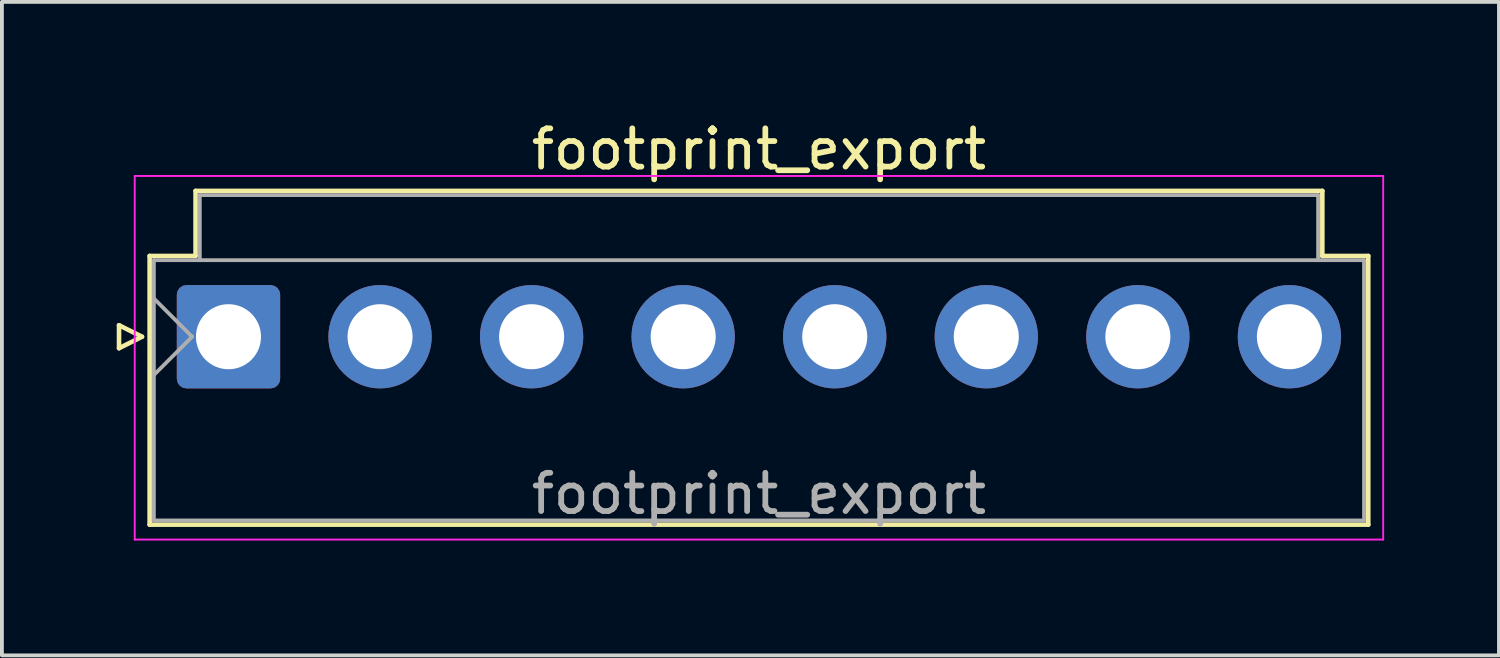
<source format=kicad_pcb>
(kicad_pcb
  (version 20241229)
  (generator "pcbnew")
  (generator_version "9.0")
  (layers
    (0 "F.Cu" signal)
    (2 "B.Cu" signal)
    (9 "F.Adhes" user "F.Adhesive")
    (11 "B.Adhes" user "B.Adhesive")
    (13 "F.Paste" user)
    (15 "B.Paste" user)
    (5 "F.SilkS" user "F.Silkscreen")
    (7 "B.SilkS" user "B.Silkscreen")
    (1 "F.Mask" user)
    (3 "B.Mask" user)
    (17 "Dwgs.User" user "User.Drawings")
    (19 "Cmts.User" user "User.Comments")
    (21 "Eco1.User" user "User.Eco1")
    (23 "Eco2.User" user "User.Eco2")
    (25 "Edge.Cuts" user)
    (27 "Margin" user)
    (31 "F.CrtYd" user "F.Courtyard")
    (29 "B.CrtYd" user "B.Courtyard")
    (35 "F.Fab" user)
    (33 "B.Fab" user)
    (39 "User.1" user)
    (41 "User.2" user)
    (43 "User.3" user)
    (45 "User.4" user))
  (footprint "footprint_export"
    (layer "F.Cu")
    (at 2.92 5.748)
    (property "Reference" "footprint_export" (at 13.86 -4.9 0) (layer "F.SilkS") (effects (font (size 1 1) (thickness 0.15))))
    (attr through_hole)
    (fp_line (start -2.86 -0.3) (end -2.26 0) (stroke (width 0.12) (type solid)) (layer "F.SilkS"))
    (fp_line (start -2.86 0.3) (end -2.86 -0.3) (stroke (width 0.12) (type solid)) (layer "F.SilkS"))
    (fp_line (start -2.26 0) (end -2.86 0.3) (stroke (width 0.12) (type solid)) (layer "F.SilkS"))
    (fp_line (start -2.06 -2.11) (end -0.86 -2.11) (stroke (width 0.12) (type solid)) (layer "F.SilkS"))
    (fp_line (start -2.06 4.91) (end -2.06 -2.11) (stroke (width 0.12) (type solid)) (layer "F.SilkS"))
    (fp_line (start -0.86 -3.81) (end 28.58 -3.81) (stroke (width 0.12) (type solid)) (layer "F.SilkS"))
    (fp_line (start -0.86 -2.11) (end -0.86 -3.81) (stroke (width 0.12) (type solid)) (layer "F.SilkS"))
    (fp_line (start 28.58 -3.81) (end 28.58 -2.11) (stroke (width 0.12) (type solid)) (layer "F.SilkS"))
    (fp_line (start 28.58 -2.11) (end 29.78 -2.11) (stroke (width 0.12) (type solid)) (layer "F.SilkS"))
    (fp_line (start 29.78 -2.11) (end 29.78 4.91) (stroke (width 0.12) (type solid)) (layer "F.SilkS"))
    (fp_line (start 29.78 4.91) (end -2.06 4.91) (stroke (width 0.12) (type solid)) (layer "F.SilkS"))
    (fp_line (start -2.45 -4.2) (end -2.45 5.3) (stroke (width 0.05) (type solid)) (layer "F.CrtYd"))
    (fp_line (start -2.45 5.3) (end 30.17 5.3) (stroke (width 0.05) (type solid)) (layer "F.CrtYd"))
    (fp_line (start 30.17 -4.2) (end -2.45 -4.2) (stroke (width 0.05) (type solid)) (layer "F.CrtYd"))
    (fp_line (start 30.17 5.3) (end 30.17 -4.2) (stroke (width 0.05) (type solid)) (layer "F.CrtYd"))
    (fp_line (start -1.95 -2) (end -1.95 4.8) (stroke (width 0.1) (type solid)) (layer "F.Fab"))
    (fp_line (start -1.95 -1) (end -0.95 0) (stroke (width 0.1) (type solid)) (layer "F.Fab"))
    (fp_line (start -1.95 1) (end -0.95 0) (stroke (width 0.1) (type solid)) (layer "F.Fab"))
    (fp_line (start -1.95 4.8) (end 29.67 4.8) (stroke (width 0.1) (type solid)) (layer "F.Fab"))
    (fp_line (start -0.75 -3.7) (end 28.47 -3.7) (stroke (width 0.1) (type solid)) (layer "F.Fab"))
    (fp_line (start -0.75 -2) (end -0.75 -3.7) (stroke (width 0.1) (type solid)) (layer "F.Fab"))
    (fp_line (start 28.47 -3.7) (end 28.47 -2) (stroke (width 0.1) (type solid)) (layer "F.Fab"))
    (fp_line (start 29.67 -2) (end -1.95 -2) (stroke (width 0.1) (type solid)) (layer "F.Fab"))
    (fp_line (start 29.67 4.8) (end 29.67 -2) (stroke (width 0.1) (type solid)) (layer "F.Fab"))
    (fp_text user "${REFERENCE}" (at 13.86 4.1 0) (layer "F.Fab") (effects (font (size 1 1) (thickness 0.15))))
    (pad "1" thru_hole roundrect (at 0 0) (size 2.7 2.7) (drill 1.7) (layers "*.Cu" "*.Mask") (roundrect_rratio 0.093))
    (pad "2" thru_hole circle (at 3.96 0) (size 2.7 2.7) (drill 1.7) (layers "*.Cu" "*.Mask"))
    (pad "3" thru_hole circle (at 7.92 0) (size 2.7 2.7) (drill 1.7) (layers "*.Cu" "*.Mask"))
    (pad "4" thru_hole circle (at 11.88 0) (size 2.7 2.7) (drill 1.7) (layers "*.Cu" "*.Mask"))
    (pad "5" thru_hole circle (at 15.84 0) (size 2.7 2.7) (drill 1.7) (layers "*.Cu" "*.Mask"))
    (pad "6" thru_hole circle (at 19.8 0) (size 2.7 2.7) (drill 1.7) (layers "*.Cu" "*.Mask"))
    (pad "7" thru_hole circle (at 23.76 0) (size 2.7 2.7) (drill 1.7) (layers "*.Cu" "*.Mask"))
    (pad "8" thru_hole circle (at 27.72 0) (size 2.7 2.7) (drill 1.7) (layers "*.Cu" "*.Mask")))
  (gr_rect
    (start -3 -3)
    (end 36.115 14.073)
    (stroke (width 0.1) (type default))
    (fill no)
    (layer "Edge.Cuts")))
</source>
